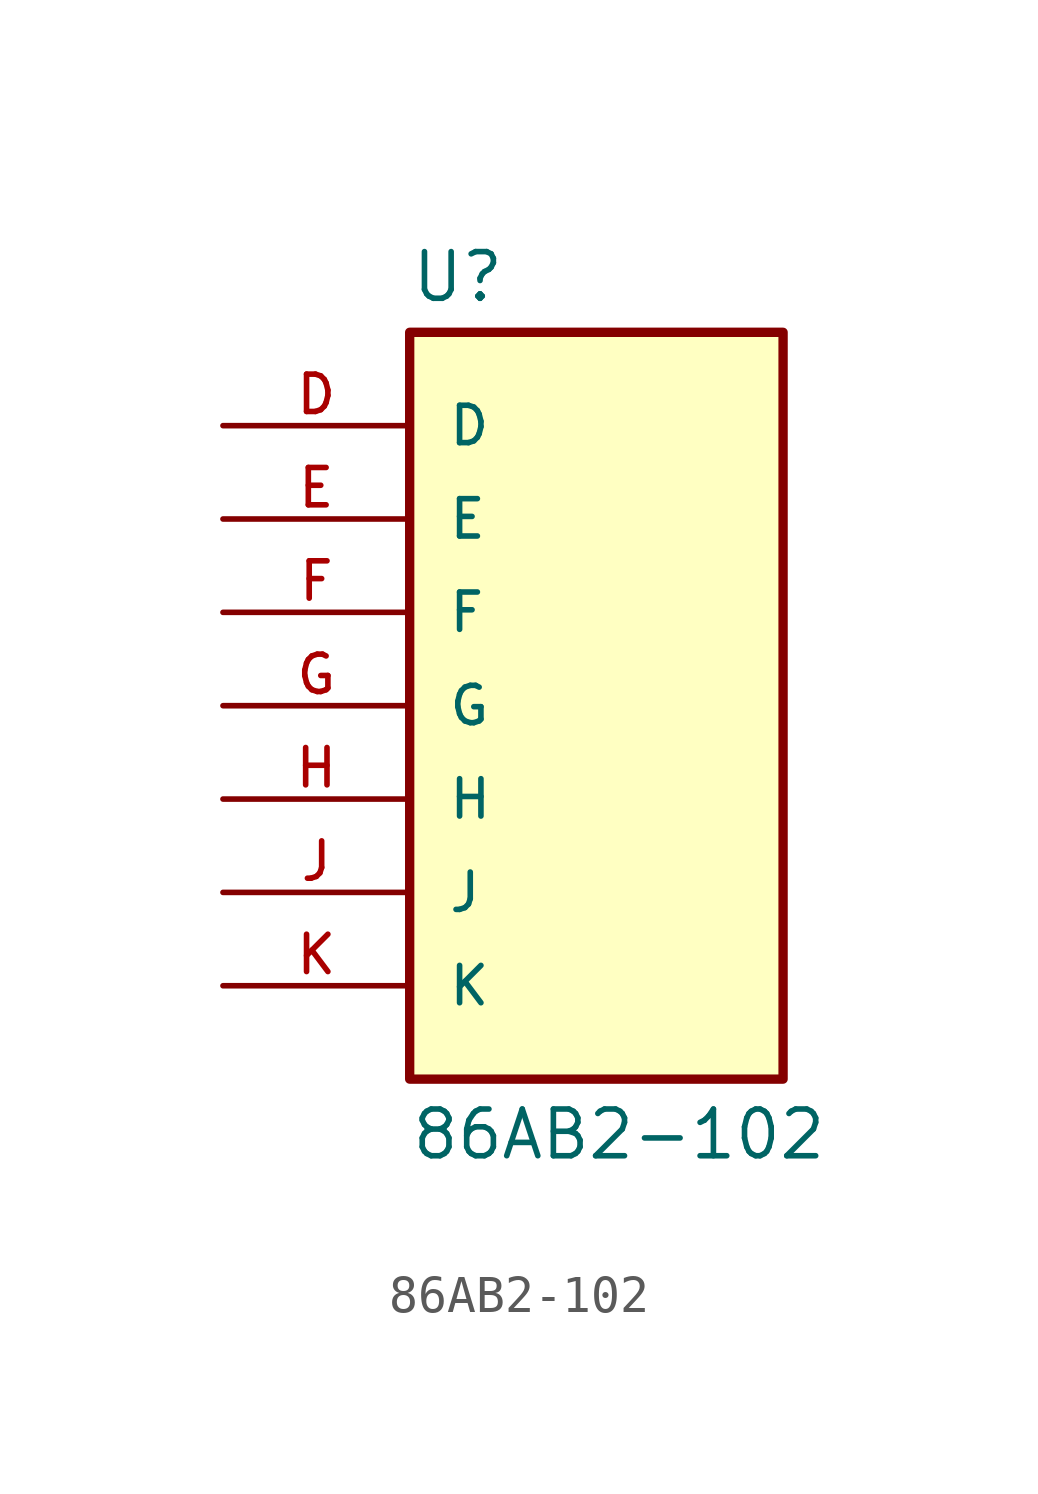
<source format=kicad_sym>
(kicad_symbol_lib
  (version 20211014)
  (generator kicad_symbol_editor)
  (symbol "86AB2-102"
    (pin_names
      (offset 1.016))
    (property "Reference" "U"
      (at -5.08 10.922 0)
      (effects (font (size 1.27 1.27)) (justify bottom left)))
    (property "Value" "86AB2-102"
      (at -5.08 -10.922 0.0)
      (effects (font (size 1.27 1.27)) (justify top left)))
    (symbol "86AB2-102_0_0"
      (rectangle (start -5.08 -10.16) (end 5.08 10.16) (stroke (width 0.254)) (fill (type background)))
      (pin bidirectional line (at -10.16 5.08 0) (length 5.08) (name "E" (effects (font (size 1.016 1.016)))) (number "E" (effects (font (size 1.016 1.016)))))
      (pin bidirectional line (at -10.16 7.62 0) (length 5.08) (name "D" (effects (font (size 1.016 1.016)))) (number "D" (effects (font (size 1.016 1.016)))))
      (pin bidirectional line (at -10.16 0.0 0) (length 5.08) (name "G" (effects (font (size 1.016 1.016)))) (number "G" (effects (font (size 1.016 1.016)))))
      (pin bidirectional line (at -10.16 2.54 0) (length 5.08) (name "F" (effects (font (size 1.016 1.016)))) (number "F" (effects (font (size 1.016 1.016)))))
      (pin bidirectional line (at -10.16 -2.54 0) (length 5.08) (name "H" (effects (font (size 1.016 1.016)))) (number "H" (effects (font (size 1.016 1.016)))))
      (pin bidirectional line (at -10.16 -5.08 0) (length 5.08) (name "J" (effects (font (size 1.016 1.016)))) (number "J" (effects (font (size 1.016 1.016)))))
      (pin bidirectional line (at -10.16 -7.62 0) (length 5.08) (name "K" (effects (font (size 1.016 1.016)))) (number "K" (effects (font (size 1.016 1.016))))))))
</source>
